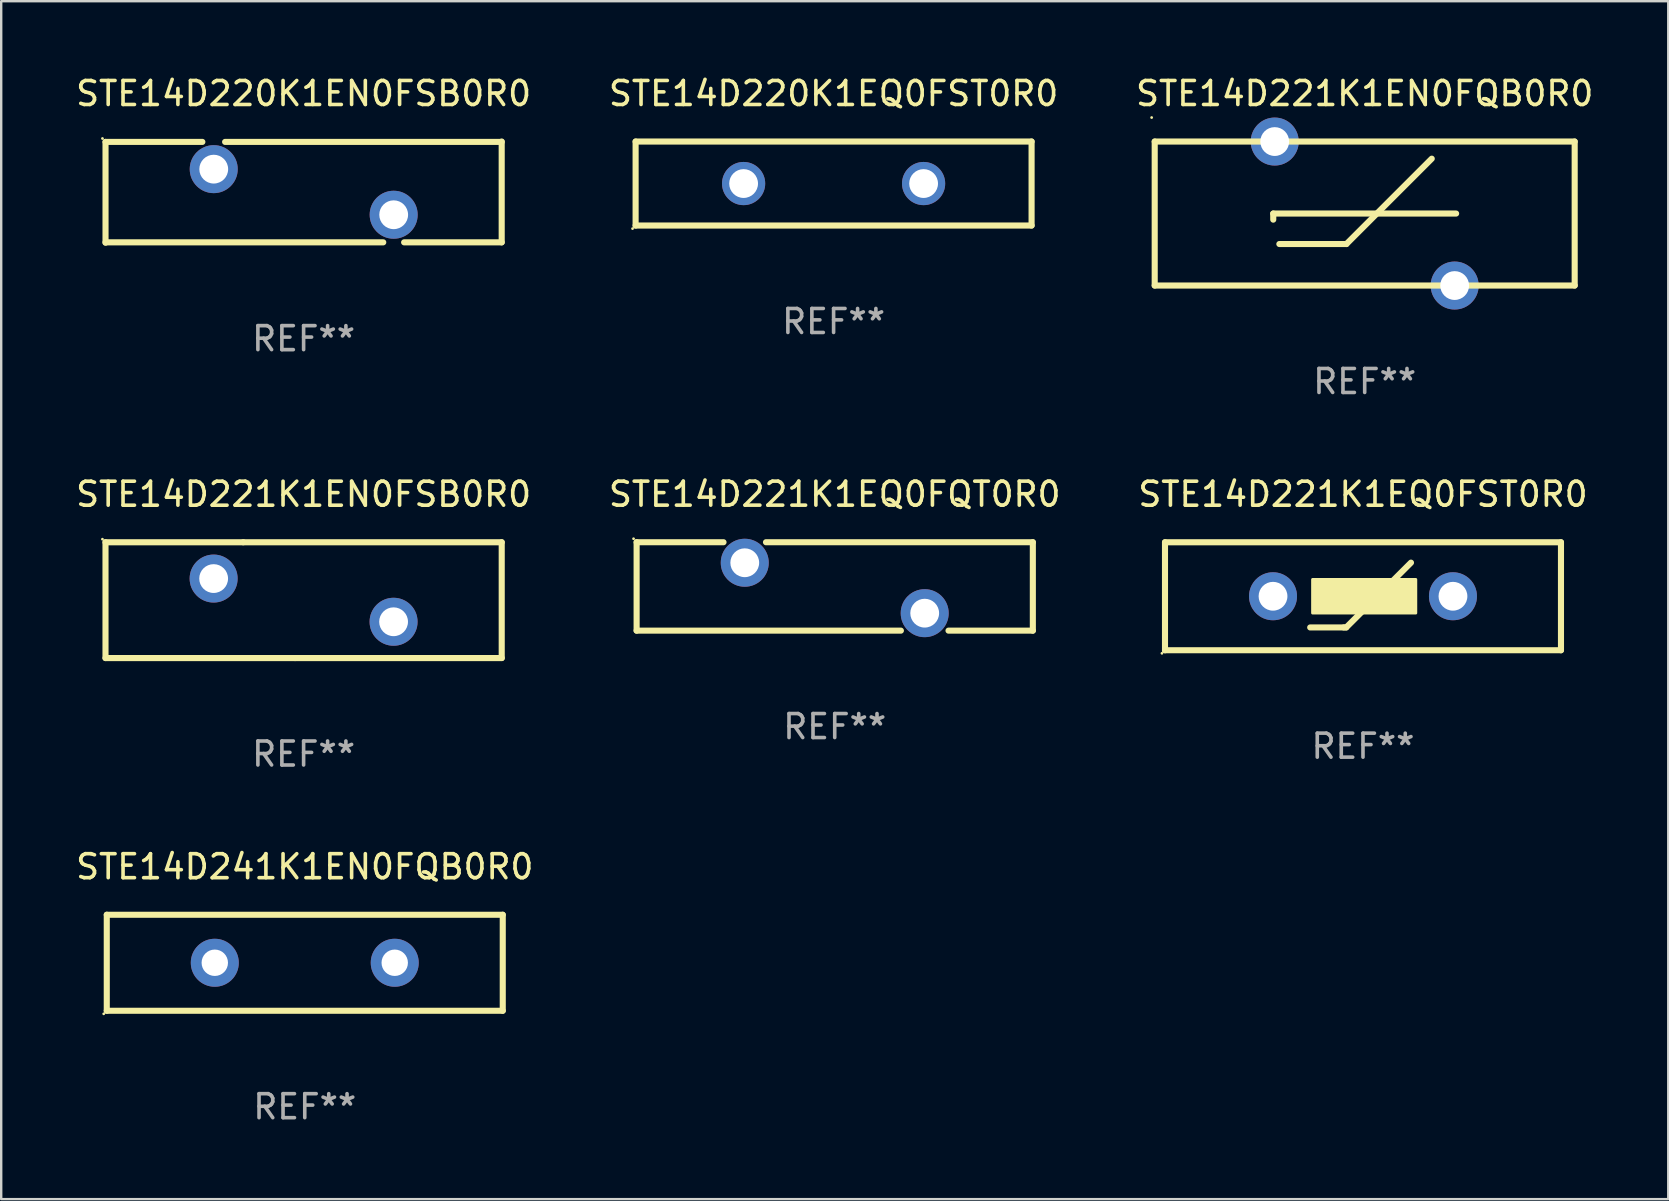
<source format=kicad_pcb>
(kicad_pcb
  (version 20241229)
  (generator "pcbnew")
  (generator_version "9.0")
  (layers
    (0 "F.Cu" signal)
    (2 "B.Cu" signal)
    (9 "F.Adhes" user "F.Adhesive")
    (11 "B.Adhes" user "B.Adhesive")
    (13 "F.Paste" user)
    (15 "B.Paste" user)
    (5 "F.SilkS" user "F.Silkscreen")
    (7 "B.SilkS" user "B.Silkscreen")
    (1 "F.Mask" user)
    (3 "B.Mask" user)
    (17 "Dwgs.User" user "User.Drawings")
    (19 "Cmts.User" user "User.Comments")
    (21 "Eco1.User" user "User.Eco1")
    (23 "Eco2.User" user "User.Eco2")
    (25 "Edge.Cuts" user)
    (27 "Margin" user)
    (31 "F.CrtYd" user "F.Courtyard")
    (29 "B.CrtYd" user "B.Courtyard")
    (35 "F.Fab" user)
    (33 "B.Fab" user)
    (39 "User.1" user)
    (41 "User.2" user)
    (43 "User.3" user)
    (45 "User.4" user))
  (footprint "STE14D241K1EN0FQB0R0"
    (layer "F.Cu")
    (at 9.649 37.067)
    (property "Reference" "STE14D241K1EN0FQB0R0" (at 0 -4 0) (layer "F.SilkS") (effects (font (size 1 1) (thickness 0.15))))
    (attr through_hole)
    (fp_line (start -8.25 -2) (end 8.25 -2) (stroke (width 0.254) (type solid)) (layer "F.SilkS"))
    (fp_line (start -8.25 2) (end -8.25 -2) (stroke (width 0.254) (type solid)) (layer "F.SilkS"))
    (fp_line (start 8.25 -2) (end 8.25 2) (stroke (width 0.254) (type solid)) (layer "F.SilkS"))
    (fp_line (start 8.25 2) (end -8.25 2) (stroke (width 0.254) (type solid)) (layer "F.SilkS"))
    (fp_circle (center -8.377 2.127) (end -8.347 2.127) (stroke (width 0.06) (type solid)) (fill no) (layer "F.SilkS"))
    (fp_text user "REF**" (at 0 6 0) (layer "F.Fab") (effects (font (size 1 1) (thickness 0.15))))
    (pad "1" thru_hole circle (at -3.749 0) (size 2 2) (drill 1.1) (layers "*.Cu" "*.Mask"))
    (pad "2" thru_hole circle (at 3.749 0) (size 2 2) (drill 1.1) (layers "*.Cu" "*.Mask")))
  (footprint "STE14D221K1EN0FQB0R0"
    (layer "F.Cu")
    (at 53.815 5.848)
    (property "Reference" "STE14D221K1EN0FQB0R0" (at 0 -5 0) (layer "F.SilkS") (effects (font (size 1 1) (thickness 0.15))))
    (attr through_hole)
    (fp_line (start -8.75 -3) (end -8.75 3) (stroke (width 0.254) (type solid)) (layer "F.SilkS"))
    (fp_line (start -8.75 -3) (end 8.75 -3) (stroke (width 0.254) (type solid)) (layer "F.SilkS"))
    (fp_line (start -3.81 0) (end 3.81 0) (stroke (width 0.254) (type solid)) (layer "F.SilkS"))
    (fp_line (start -3.81 0.254) (end -3.81 0) (stroke (width 0.254) (type solid)) (layer "F.SilkS"))
    (fp_line (start -3.556 1.27) (end -0.762 1.27) (stroke (width 0.254) (type solid)) (layer "F.SilkS"))
    (fp_line (start -0.762 1.27) (end 2.794 -2.286) (stroke (width 0.254) (type solid)) (layer "F.SilkS"))
    (fp_line (start 8.75 3) (end -8.75 3) (stroke (width 0.254) (type solid)) (layer "F.SilkS"))
    (fp_line (start 8.75 3) (end 8.75 -3) (stroke (width 0.254) (type solid)) (layer "F.SilkS"))
    (fp_circle (center -8.877 -4) (end -8.847 -4) (stroke (width 0.06) (type solid)) (fill no) (layer "F.SilkS"))
    (fp_text user "REF**" (at 0 7 0) (layer "F.Fab") (effects (font (size 1 1) (thickness 0.15))))
    (pad "1" thru_hole circle (at -3.749 -3) (size 2 2) (drill 1.2) (layers "*.Cu" "*.Mask"))
    (pad "2" thru_hole circle (at 3.749 3) (size 2 2) (drill 1.2) (layers "*.Cu" "*.Mask")))
  (footprint "STE14D221K1EN0FSB0R0"
    (layer "F.Cu")
    (at 9.601 21.958)
    (property "Reference" "STE14D221K1EN0FSB0R0" (at 0 -4.413 0) (layer "F.SilkS") (effects (font (size 1 1) (thickness 0.15))))
    (attr through_hole)
    (fp_line (start -8.255 -2.413) (end -2.515 -2.413) (stroke (width 0.254) (type solid)) (layer "F.SilkS"))
    (fp_line (start -8.255 2.413) (end -8.255 -2.413) (stroke (width 0.254) (type solid)) (layer "F.SilkS"))
    (fp_line (start -2.515 -2.413) (end 8.255 -2.413) (stroke (width 0.254) (type solid)) (layer "F.SilkS"))
    (fp_line (start -0.356 2.413) (end -8.255 2.413) (stroke (width 0.254) (type solid)) (layer "F.SilkS"))
    (fp_line (start 8.255 -2.413) (end 8.255 2.413) (stroke (width 0.254) (type solid)) (layer "F.SilkS"))
    (fp_line (start 8.255 2.413) (end -0.356 2.413) (stroke (width 0.254) (type solid)) (layer "F.SilkS"))
    (fp_circle (center -8.382 -2.54) (end -8.352 -2.54) (stroke (width 0.06) (type solid)) (fill no) (layer "F.SilkS"))
    (fp_text user "REF**" (at 0 6.413 0) (layer "F.Fab") (effects (font (size 1 1) (thickness 0.15))))
    (pad "1" thru_hole circle (at -3.749 -0.9) (size 2 2) (drill 1.2) (layers "*.Cu" "*.Mask"))
    (pad "2" thru_hole circle (at 3.749 0.9) (size 2 2) (drill 1.2) (layers "*.Cu" "*.Mask")))
  (footprint "STE14D220K1EQ0FST0R0"
    (layer "F.Cu")
    (at 31.685 4.598)
    (property "Reference" "STE14D220K1EQ0FST0R0" (at 0 -3.75 0) (layer "F.SilkS") (effects (font (size 1 1) (thickness 0.15))))
    (attr through_hole)
    (fp_line (start -8.25 -1.75) (end 8.25 -1.75) (stroke (width 0.254) (type solid)) (layer "F.SilkS"))
    (fp_line (start -8.25 1.75) (end -8.25 -1.75) (stroke (width 0.254) (type solid)) (layer "F.SilkS"))
    (fp_line (start 8.25 -1.75) (end 8.25 1.75) (stroke (width 0.254) (type solid)) (layer "F.SilkS"))
    (fp_line (start 8.25 1.75) (end -8.25 1.75) (stroke (width 0.254) (type solid)) (layer "F.SilkS"))
    (fp_circle (center -8.377 1.877) (end -8.347 1.877) (stroke (width 0.06) (type solid)) (fill no) (layer "F.SilkS"))
    (fp_text user "REF**" (at 0 5.75 0) (layer "F.Fab") (effects (font (size 1 1) (thickness 0.15))))
    (pad "1" thru_hole circle (at -3.75 0) (size 1.8 1.8) (drill 1.2) (layers "*.Cu" "*.Mask"))
    (pad "2" thru_hole circle (at 3.75 0) (size 1.8 1.8) (drill 1.2) (layers "*.Cu" "*.Mask")))
  (footprint "STE14D221K1EQ0FST0R0"
    (layer "F.Cu")
    (at 53.744 21.795)
    (property "Reference" "STE14D221K1EQ0FST0R0" (at 0 -4.25 0) (layer "F.SilkS") (effects (font (size 1 1) (thickness 0.15))))
    (attr through_hole)
    (fp_line (start -8.25 -2.25) (end 8.25 -2.25) (stroke (width 0.254) (type solid)) (layer "F.SilkS"))
    (fp_line (start -8.25 2.25) (end -8.25 -2.25) (stroke (width 0.254) (type solid)) (layer "F.SilkS"))
    (fp_line (start -8.25 2.25) (end 8.25 2.25) (stroke (width 0.254) (type solid)) (layer "F.SilkS"))
    (fp_line (start -2.2 1.3) (end -0.8 1.3) (stroke (width 0.254) (type solid)) (layer "F.SilkS"))
    (fp_line (start -0.8 1.3) (end -0.7 1.3) (stroke (width 0.254) (type solid)) (layer "F.SilkS"))
    (fp_line (start -0.7 1.3) (end 2 -1.4) (stroke (width 0.254) (type solid)) (layer "F.SilkS"))
    (fp_line (start 8.25 -2.25) (end 8.25 2.25) (stroke (width 0.254) (type solid)) (layer "F.SilkS"))
    (fp_circle (center -8.377 2.377) (end -8.347 2.377) (stroke (width 0.06) (type solid)) (fill no) (layer "F.SilkS"))
    (fp_poly (pts (xy -2.1 -0.7) (xy 2.2 -0.7) (xy 2.2 0.7) (xy -2.1 0.7)) (stroke (width 0.12) (type solid)) (fill yes) (layer "F.SilkS"))
    (fp_text user "REF**" (at 0 6.25 0) (layer "F.Fab") (effects (font (size 1 1) (thickness 0.15))))
    (pad "1" thru_hole circle (at -3.749 0) (size 2 2) (drill 1.2) (layers "*.Cu" "*.Mask"))
    (pad "2" thru_hole circle (at 3.749 0) (size 2 2) (drill 1.2) (layers "*.Cu" "*.Mask")))
  (footprint "STE14D221K1EQ0FQT0R0"
    (layer "F.Cu")
    (at 31.732 21.386)
    (property "Reference" "STE14D221K1EQ0FQT0R0" (at 0 -3.842 0) (layer "F.SilkS") (effects (font (size 1 1) (thickness 0.15))))
    (attr through_hole)
    (fp_line (start -8.255 -1.842) (end -4.634 -1.842) (stroke (width 0.254) (type solid)) (layer "F.SilkS"))
    (fp_line (start -8.255 1.842) (end -8.255 -1.842) (stroke (width 0.254) (type solid)) (layer "F.SilkS"))
    (fp_line (start -2.864 -1.842) (end 8.255 -1.842) (stroke (width 0.254) (type solid)) (layer "F.SilkS"))
    (fp_line (start 2.757 1.842) (end -8.255 1.842) (stroke (width 0.254) (type solid)) (layer "F.SilkS"))
    (fp_line (start 8.255 -1.842) (end 8.255 1.842) (stroke (width 0.254) (type solid)) (layer "F.SilkS"))
    (fp_line (start 8.255 1.842) (end 4.741 1.842) (stroke (width 0.254) (type solid)) (layer "F.SilkS"))
    (fp_circle (center -8.382 -1.987) (end -8.352 -1.987) (stroke (width 0.06) (type solid)) (fill no) (layer "F.SilkS"))
    (fp_text user "REF**" (at 0 5.842 0) (layer "F.Fab") (effects (font (size 1 1) (thickness 0.15))))
    (pad "1" thru_hole circle (at -3.749 -0.987) (size 2 2) (drill 1.2) (layers "*.Cu" "*.Mask"))
    (pad "2" thru_hole circle (at 3.749 1.114) (size 2 2) (drill 1.2) (layers "*.Cu" "*.Mask")))
  (footprint "STE14D220K1EN0FSB0R0"
    (layer "F.Cu")
    (at 9.601 4.956)
    (property "Reference" "STE14D220K1EN0FSB0R0" (at 0 -4.108 0) (layer "F.SilkS") (effects (font (size 1 1) (thickness 0.15))))
    (attr through_hole)
    (fp_line (start -8.254 -2.093) (end -4.219 -2.093) (stroke (width 0.254) (type solid)) (layer "F.SilkS"))
    (fp_line (start -8.254 2.108) (end -8.254 -2.093) (stroke (width 0.254) (type solid)) (layer "F.SilkS"))
    (fp_line (start -3.271 -2.093) (end 8.254 -2.093) (stroke (width 0.254) (type solid)) (layer "F.SilkS"))
    (fp_line (start 3.319 2.092) (end -8.254 2.092) (stroke (width 0.254) (type solid)) (layer "F.SilkS"))
    (fp_line (start 8.254 -2.108) (end 8.254 2.092) (stroke (width 0.254) (type solid)) (layer "F.SilkS"))
    (fp_line (start 8.254 2.092) (end 4.188 2.092) (stroke (width 0.254) (type solid)) (layer "F.SilkS"))
    (fp_circle (center -8.381 -2.235) (end -8.351 -2.235) (stroke (width 0.06) (type solid)) (fill no) (layer "F.SilkS"))
    (fp_text user "REF**" (at 0 6.108 0) (layer "F.Fab") (effects (font (size 1 1) (thickness 0.15))))
    (pad "1" thru_hole circle (at -3.745 -0.958) (size 2 2) (drill 1.2) (layers "*.Cu" "*.Mask"))
    (pad "2" thru_hole circle (at 3.753 0.942) (size 2 2) (drill 1.2) (layers "*.Cu" "*.Mask")))
  (gr_rect
    (start -3 -3)
    (end 66.464 46.916)
    (stroke (width 0.1) (type default))
    (fill no)
    (layer "Edge.Cuts")))
</source>
